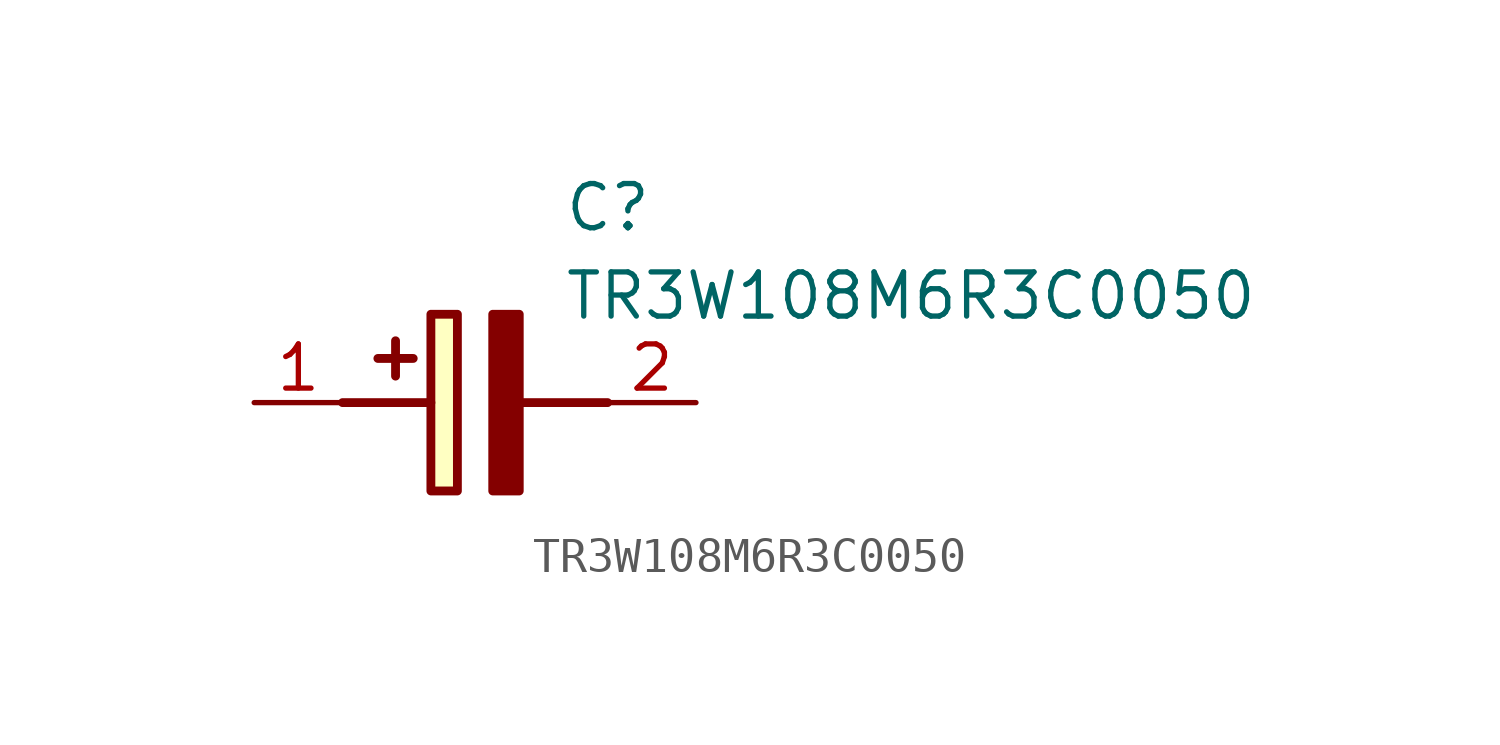
<source format=kicad_sym>
(kicad_symbol_lib
  (version 20211014)
  (generator SamacSys_ECAD_Model)
  (symbol "TR3W108M6R3C0050"
    (pin_names hide)
    (property "Reference" "C"
      (at 8.89 6.35 0)
      (effects (font (size 1.27 1.27)) (justify left top)))
    (property "Value" "TR3W108M6R3C0050"
      (at 8.89 3.81 0)
      (effects (font (size 1.27 1.27)) (justify left top)))
    (rectangle
      (start 5.08 2.54)
      (end 5.842 -2.54)
      (stroke (width 0.254) (type default))
      (fill (type background)))
    (polyline
      (pts (xy 4.572 1.27) (xy 3.556 1.27))
      (stroke (width 0.254) (type default))
      (fill (type none)))
    (polyline
      (pts (xy 4.064 1.778) (xy 4.064 0.762))
      (stroke (width 0.254) (type default))
      (fill (type none)))
    (polyline
      (pts (xy 2.54 0) (xy 5.08 0))
      (stroke (width 0.254) (type default))
      (fill (type none)))
    (polyline
      (pts (xy 7.62 0) (xy 10.16 0))
      (stroke (width 0.254) (type default))
      (fill (type none)))
    (polyline
      (pts (xy 7.62 2.54) (xy 7.62 -2.54) (xy 6.858 -2.54) (xy 6.858 2.54) (xy 7.62 2.54))
      (stroke (width 0.254) (type default))
      (fill (type outline)))
    (pin passive line
      (at 0 0 0)
      (length 2.54)
      (name "+" (effects (font (size 1.27 1.27))))
      (number "1" (effects (font (size 1.27 1.27)))))
    (pin passive line
      (at 12.7 0 180)
      (length 2.54)
      (name "-" (effects (font (size 1.27 1.27))))
      (number "2" (effects (font (size 1.27 1.27)))))))
</source>
